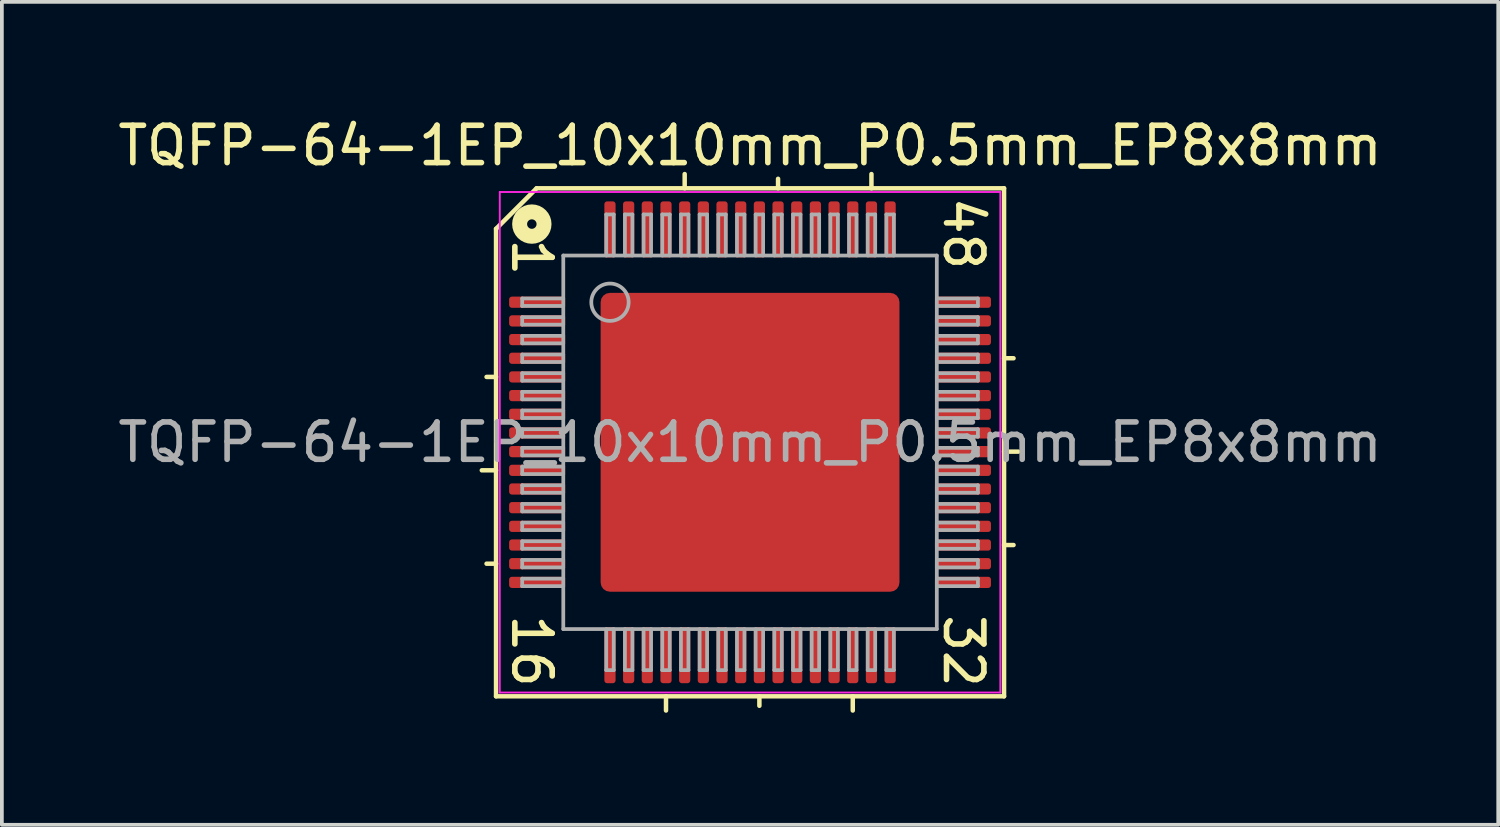
<source format=kicad_pcb>
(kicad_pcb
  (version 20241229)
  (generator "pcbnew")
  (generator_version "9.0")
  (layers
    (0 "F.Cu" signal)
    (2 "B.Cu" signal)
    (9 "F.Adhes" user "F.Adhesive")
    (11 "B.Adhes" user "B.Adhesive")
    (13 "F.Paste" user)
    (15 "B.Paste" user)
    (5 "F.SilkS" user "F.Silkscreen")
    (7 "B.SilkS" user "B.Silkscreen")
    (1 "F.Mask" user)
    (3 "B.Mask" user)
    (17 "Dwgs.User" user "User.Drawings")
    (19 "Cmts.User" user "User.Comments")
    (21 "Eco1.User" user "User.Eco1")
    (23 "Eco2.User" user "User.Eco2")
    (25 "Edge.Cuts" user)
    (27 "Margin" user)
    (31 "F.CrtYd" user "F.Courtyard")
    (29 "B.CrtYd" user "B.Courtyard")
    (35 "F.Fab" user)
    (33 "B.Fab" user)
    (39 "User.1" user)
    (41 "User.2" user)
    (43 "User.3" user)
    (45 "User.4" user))
  (footprint "TQFP-64-1EP_10x10mm_P0.5mm_EP8x8mm"
    (layer "F.Cu")
    (at 17.03 8.791)
    (property "Reference" "TQFP-64-1EP_10x10mm_P0.5mm_EP8x8mm" (at 0 -7.943 0) (layer "F.SilkS") (effects (font (size 1 1) (thickness 0.15))))
    (attr smd)
    (fp_line (start -6.8 -5.715) (end -6.8 6.8) (stroke (width 0.12) (type solid)) (layer "F.SilkS"))
    (fp_line (start -6.8 -1.75) (end -7.054 -1.75) (stroke (width 0.12) (type solid)) (layer "F.SilkS"))
    (fp_line (start -6.8 0.75) (end -7.181 0.75) (stroke (width 0.12) (type solid)) (layer "F.SilkS"))
    (fp_line (start -6.8 3.25) (end -7.054 3.25) (stroke (width 0.12) (type solid)) (layer "F.SilkS"))
    (fp_line (start -6.8 6.8) (end 6.8 6.8) (stroke (width 0.12) (type solid)) (layer "F.SilkS"))
    (fp_line (start -5.715 -6.8) (end -6.8 -5.715) (stroke (width 0.12) (type solid)) (layer "F.SilkS"))
    (fp_line (start -2.25 6.8) (end -2.25 7.181) (stroke (width 0.12) (type solid)) (layer "F.SilkS"))
    (fp_line (start -1.75 -6.8) (end -1.75 -7.181) (stroke (width 0.12) (type solid)) (layer "F.SilkS"))
    (fp_line (start 0.25 6.8) (end 0.25 7.054) (stroke (width 0.12) (type solid)) (layer "F.SilkS"))
    (fp_line (start 0.75 -6.8) (end 0.75 -7.054) (stroke (width 0.12) (type solid)) (layer "F.SilkS"))
    (fp_line (start 2.75 7.181) (end 2.75 6.8) (stroke (width 0.12) (type solid)) (layer "F.SilkS"))
    (fp_line (start 3.25 -6.8) (end 3.25 -7.181) (stroke (width 0.12) (type solid)) (layer "F.SilkS"))
    (fp_line (start 6.8 -6.8) (end -5.715 -6.8) (stroke (width 0.12) (type solid)) (layer "F.SilkS"))
    (fp_line (start 6.8 -2.25) (end 7.054 -2.25) (stroke (width 0.12) (type solid)) (layer "F.SilkS"))
    (fp_line (start 6.8 0.25) (end 7.181 0.25) (stroke (width 0.12) (type solid)) (layer "F.SilkS"))
    (fp_line (start 6.8 2.75) (end 7.054 2.75) (stroke (width 0.12) (type solid)) (layer "F.SilkS"))
    (fp_line (start 6.8 6.8) (end 6.8 -6.8) (stroke (width 0.12) (type solid)) (layer "F.SilkS"))
    (fp_circle (center -5.842 -5.842) (end -5.715 -5.842) (stroke (width 0.4) (type solid)) (fill no) (layer "F.SilkS"))
    (fp_line (start -6.7 -6.7) (end -6.7 6.7) (stroke (width 0.05) (type solid)) (layer "F.CrtYd"))
    (fp_line (start -6.7 -6.7) (end 6.7 -6.7) (stroke (width 0.05) (type solid)) (layer "F.CrtYd"))
    (fp_line (start -6.7 6.7) (end 6.7 6.7) (stroke (width 0.05) (type solid)) (layer "F.CrtYd"))
    (fp_line (start 6.7 -6.7) (end 6.7 6.7) (stroke (width 0.05) (type solid)) (layer "F.CrtYd"))
    (fp_line (start -6.1 -3.85) (end -6.1 -3.65) (stroke (width 0.1) (type solid)) (layer "F.Fab"))
    (fp_line (start -6.1 -3.85) (end -5 -3.85) (stroke (width 0.1) (type solid)) (layer "F.Fab"))
    (fp_line (start -6.1 -3.65) (end -5 -3.65) (stroke (width 0.1) (type solid)) (layer "F.Fab"))
    (fp_line (start -6.1 -3.35) (end -6.1 -3.15) (stroke (width 0.1) (type solid)) (layer "F.Fab"))
    (fp_line (start -6.1 -3.35) (end -5 -3.35) (stroke (width 0.1) (type solid)) (layer "F.Fab"))
    (fp_line (start -6.1 -3.15) (end -5 -3.15) (stroke (width 0.1) (type solid)) (layer "F.Fab"))
    (fp_line (start -6.1 -2.85) (end -6.1 -2.65) (stroke (width 0.1) (type solid)) (layer "F.Fab"))
    (fp_line (start -6.1 -2.85) (end -5 -2.85) (stroke (width 0.1) (type solid)) (layer "F.Fab"))
    (fp_line (start -6.1 -2.65) (end -5 -2.65) (stroke (width 0.1) (type solid)) (layer "F.Fab"))
    (fp_line (start -6.1 -2.35) (end -6.1 -2.15) (stroke (width 0.1) (type solid)) (layer "F.Fab"))
    (fp_line (start -6.1 -2.35) (end -5 -2.35) (stroke (width 0.1) (type solid)) (layer "F.Fab"))
    (fp_line (start -6.1 -2.15) (end -5 -2.15) (stroke (width 0.1) (type solid)) (layer "F.Fab"))
    (fp_line (start -6.1 -1.85) (end -6.1 -1.65) (stroke (width 0.1) (type solid)) (layer "F.Fab"))
    (fp_line (start -6.1 -1.85) (end -5 -1.85) (stroke (width 0.1) (type solid)) (layer "F.Fab"))
    (fp_line (start -6.1 -1.65) (end -5 -1.65) (stroke (width 0.1) (type solid)) (layer "F.Fab"))
    (fp_line (start -6.1 -1.35) (end -6.1 -1.15) (stroke (width 0.1) (type solid)) (layer "F.Fab"))
    (fp_line (start -6.1 -1.35) (end -5 -1.35) (stroke (width 0.1) (type solid)) (layer "F.Fab"))
    (fp_line (start -6.1 -1.15) (end -5 -1.15) (stroke (width 0.1) (type solid)) (layer "F.Fab"))
    (fp_line (start -6.1 -0.85) (end -6.1 -0.65) (stroke (width 0.1) (type solid)) (layer "F.Fab"))
    (fp_line (start -6.1 -0.85) (end -5 -0.85) (stroke (width 0.1) (type solid)) (layer "F.Fab"))
    (fp_line (start -6.1 -0.65) (end -5 -0.65) (stroke (width 0.1) (type solid)) (layer "F.Fab"))
    (fp_line (start -6.1 -0.35) (end -6.1 -0.15) (stroke (width 0.1) (type solid)) (layer "F.Fab"))
    (fp_line (start -6.1 -0.35) (end -5 -0.35) (stroke (width 0.1) (type solid)) (layer "F.Fab"))
    (fp_line (start -6.1 -0.15) (end -5 -0.15) (stroke (width 0.1) (type solid)) (layer "F.Fab"))
    (fp_line (start -6.1 0.15) (end -6.1 0.35) (stroke (width 0.1) (type solid)) (layer "F.Fab"))
    (fp_line (start -6.1 0.15) (end -5 0.15) (stroke (width 0.1) (type solid)) (layer "F.Fab"))
    (fp_line (start -6.1 0.35) (end -5 0.35) (stroke (width 0.1) (type solid)) (layer "F.Fab"))
    (fp_line (start -6.1 0.65) (end -6.1 0.85) (stroke (width 0.1) (type solid)) (layer "F.Fab"))
    (fp_line (start -6.1 0.65) (end -5 0.65) (stroke (width 0.1) (type solid)) (layer "F.Fab"))
    (fp_line (start -6.1 0.85) (end -5 0.85) (stroke (width 0.1) (type solid)) (layer "F.Fab"))
    (fp_line (start -6.1 1.15) (end -6.1 1.35) (stroke (width 0.1) (type solid)) (layer "F.Fab"))
    (fp_line (start -6.1 1.15) (end -5 1.15) (stroke (width 0.1) (type solid)) (layer "F.Fab"))
    (fp_line (start -6.1 1.35) (end -5 1.35) (stroke (width 0.1) (type solid)) (layer "F.Fab"))
    (fp_line (start -6.1 1.65) (end -6.1 1.85) (stroke (width 0.1) (type solid)) (layer "F.Fab"))
    (fp_line (start -6.1 1.65) (end -5 1.65) (stroke (width 0.1) (type solid)) (layer "F.Fab"))
    (fp_line (start -6.1 1.85) (end -5 1.85) (stroke (width 0.1) (type solid)) (layer "F.Fab"))
    (fp_line (start -6.1 2.15) (end -6.1 2.35) (stroke (width 0.1) (type solid)) (layer "F.Fab"))
    (fp_line (start -6.1 2.15) (end -5 2.15) (stroke (width 0.1) (type solid)) (layer "F.Fab"))
    (fp_line (start -6.1 2.35) (end -5 2.35) (stroke (width 0.1) (type solid)) (layer "F.Fab"))
    (fp_line (start -6.1 2.65) (end -6.1 2.85) (stroke (width 0.1) (type solid)) (layer "F.Fab"))
    (fp_line (start -6.1 2.65) (end -5 2.65) (stroke (width 0.1) (type solid)) (layer "F.Fab"))
    (fp_line (start -6.1 2.85) (end -5 2.85) (stroke (width 0.1) (type solid)) (layer "F.Fab"))
    (fp_line (start -6.1 3.15) (end -6.1 3.35) (stroke (width 0.1) (type solid)) (layer "F.Fab"))
    (fp_line (start -6.1 3.15) (end -5 3.15) (stroke (width 0.1) (type solid)) (layer "F.Fab"))
    (fp_line (start -6.1 3.35) (end -5 3.35) (stroke (width 0.1) (type solid)) (layer "F.Fab"))
    (fp_line (start -6.1 3.65) (end -6.1 3.85) (stroke (width 0.1) (type solid)) (layer "F.Fab"))
    (fp_line (start -6.1 3.65) (end -5 3.65) (stroke (width 0.1) (type solid)) (layer "F.Fab"))
    (fp_line (start -6.1 3.85) (end -5 3.85) (stroke (width 0.1) (type solid)) (layer "F.Fab"))
    (fp_line (start -5 -5) (end 5 -5) (stroke (width 0.1) (type solid)) (layer "F.Fab"))
    (fp_line (start -5 5) (end -5 -5) (stroke (width 0.1) (type solid)) (layer "F.Fab"))
    (fp_line (start -3.85 -6.1) (end -3.85 -5) (stroke (width 0.1) (type solid)) (layer "F.Fab"))
    (fp_line (start -3.85 6.1) (end -3.85 5) (stroke (width 0.1) (type solid)) (layer "F.Fab"))
    (fp_line (start -3.85 6.1) (end -3.65 6.1) (stroke (width 0.1) (type solid)) (layer "F.Fab"))
    (fp_line (start -3.65 -6.1) (end -3.85 -6.1) (stroke (width 0.1) (type solid)) (layer "F.Fab"))
    (fp_line (start -3.65 -6.1) (end -3.65 -5) (stroke (width 0.1) (type solid)) (layer "F.Fab"))
    (fp_line (start -3.65 6.1) (end -3.65 5) (stroke (width 0.1) (type solid)) (layer "F.Fab"))
    (fp_line (start -3.35 -6.1) (end -3.35 -5) (stroke (width 0.1) (type solid)) (layer "F.Fab"))
    (fp_line (start -3.35 6.1) (end -3.35 5) (stroke (width 0.1) (type solid)) (layer "F.Fab"))
    (fp_line (start -3.35 6.1) (end -3.15 6.1) (stroke (width 0.1) (type solid)) (layer "F.Fab"))
    (fp_line (start -3.15 -6.1) (end -3.35 -6.1) (stroke (width 0.1) (type solid)) (layer "F.Fab"))
    (fp_line (start -3.15 -6.1) (end -3.15 -5) (stroke (width 0.1) (type solid)) (layer "F.Fab"))
    (fp_line (start -3.15 6.1) (end -3.15 5) (stroke (width 0.1) (type solid)) (layer "F.Fab"))
    (fp_line (start -2.85 -6.1) (end -2.85 -5) (stroke (width 0.1) (type solid)) (layer "F.Fab"))
    (fp_line (start -2.85 6.1) (end -2.85 5) (stroke (width 0.1) (type solid)) (layer "F.Fab"))
    (fp_line (start -2.85 6.1) (end -2.65 6.1) (stroke (width 0.1) (type solid)) (layer "F.Fab"))
    (fp_line (start -2.65 -6.1) (end -2.85 -6.1) (stroke (width 0.1) (type solid)) (layer "F.Fab"))
    (fp_line (start -2.65 -6.1) (end -2.65 -5) (stroke (width 0.1) (type solid)) (layer "F.Fab"))
    (fp_line (start -2.65 6.1) (end -2.65 5) (stroke (width 0.1) (type solid)) (layer "F.Fab"))
    (fp_line (start -2.35 -6.1) (end -2.35 -5) (stroke (width 0.1) (type solid)) (layer "F.Fab"))
    (fp_line (start -2.35 6.1) (end -2.35 5) (stroke (width 0.1) (type solid)) (layer "F.Fab"))
    (fp_line (start -2.35 6.1) (end -2.15 6.1) (stroke (width 0.1) (type solid)) (layer "F.Fab"))
    (fp_line (start -2.15 -6.1) (end -2.35 -6.1) (stroke (width 0.1) (type solid)) (layer "F.Fab"))
    (fp_line (start -2.15 -6.1) (end -2.15 -5) (stroke (width 0.1) (type solid)) (layer "F.Fab"))
    (fp_line (start -2.15 6.1) (end -2.15 5) (stroke (width 0.1) (type solid)) (layer "F.Fab"))
    (fp_line (start -1.85 -6.1) (end -1.85 -5) (stroke (width 0.1) (type solid)) (layer "F.Fab"))
    (fp_line (start -1.85 6.1) (end -1.85 5) (stroke (width 0.1) (type solid)) (layer "F.Fab"))
    (fp_line (start -1.85 6.1) (end -1.65 6.1) (stroke (width 0.1) (type solid)) (layer "F.Fab"))
    (fp_line (start -1.65 -6.1) (end -1.85 -6.1) (stroke (width 0.1) (type solid)) (layer "F.Fab"))
    (fp_line (start -1.65 -6.1) (end -1.65 -5) (stroke (width 0.1) (type solid)) (layer "F.Fab"))
    (fp_line (start -1.65 6.1) (end -1.65 5) (stroke (width 0.1) (type solid)) (layer "F.Fab"))
    (fp_line (start -1.35 -6.1) (end -1.35 -5) (stroke (width 0.1) (type solid)) (layer "F.Fab"))
    (fp_line (start -1.35 6.1) (end -1.35 5) (stroke (width 0.1) (type solid)) (layer "F.Fab"))
    (fp_line (start -1.35 6.1) (end -1.15 6.1) (stroke (width 0.1) (type solid)) (layer "F.Fab"))
    (fp_line (start -1.15 -6.1) (end -1.35 -6.1) (stroke (width 0.1) (type solid)) (layer "F.Fab"))
    (fp_line (start -1.15 -6.1) (end -1.15 -5) (stroke (width 0.1) (type solid)) (layer "F.Fab"))
    (fp_line (start -1.15 6.1) (end -1.15 5) (stroke (width 0.1) (type solid)) (layer "F.Fab"))
    (fp_line (start -0.85 -6.1) (end -0.85 -5) (stroke (width 0.1) (type solid)) (layer "F.Fab"))
    (fp_line (start -0.85 6.1) (end -0.85 5) (stroke (width 0.1) (type solid)) (layer "F.Fab"))
    (fp_line (start -0.85 6.1) (end -0.65 6.1) (stroke (width 0.1) (type solid)) (layer "F.Fab"))
    (fp_line (start -0.65 -6.1) (end -0.85 -6.1) (stroke (width 0.1) (type solid)) (layer "F.Fab"))
    (fp_line (start -0.65 -6.1) (end -0.65 -5) (stroke (width 0.1) (type solid)) (layer "F.Fab"))
    (fp_line (start -0.65 6.1) (end -0.65 5) (stroke (width 0.1) (type solid)) (layer "F.Fab"))
    (fp_line (start -0.35 -6.1) (end -0.35 -5) (stroke (width 0.1) (type solid)) (layer "F.Fab"))
    (fp_line (start -0.35 6.1) (end -0.35 5) (stroke (width 0.1) (type solid)) (layer "F.Fab"))
    (fp_line (start -0.35 6.1) (end -0.15 6.1) (stroke (width 0.1) (type solid)) (layer "F.Fab"))
    (fp_line (start -0.15 -6.1) (end -0.35 -6.1) (stroke (width 0.1) (type solid)) (layer "F.Fab"))
    (fp_line (start -0.15 -6.1) (end -0.15 -5) (stroke (width 0.1) (type solid)) (layer "F.Fab"))
    (fp_line (start -0.15 6.1) (end -0.15 5) (stroke (width 0.1) (type solid)) (layer "F.Fab"))
    (fp_line (start 0.15 -6.1) (end 0.15 -5) (stroke (width 0.1) (type solid)) (layer "F.Fab"))
    (fp_line (start 0.15 6.1) (end 0.15 5) (stroke (width 0.1) (type solid)) (layer "F.Fab"))
    (fp_line (start 0.15 6.1) (end 0.35 6.1) (stroke (width 0.1) (type solid)) (layer "F.Fab"))
    (fp_line (start 0.35 -6.1) (end 0.15 -6.1) (stroke (width 0.1) (type solid)) (layer "F.Fab"))
    (fp_line (start 0.35 -6.1) (end 0.35 -5) (stroke (width 0.1) (type solid)) (layer "F.Fab"))
    (fp_line (start 0.35 6.1) (end 0.35 5) (stroke (width 0.1) (type solid)) (layer "F.Fab"))
    (fp_line (start 0.65 -6.1) (end 0.65 -5) (stroke (width 0.1) (type solid)) (layer "F.Fab"))
    (fp_line (start 0.65 6.1) (end 0.65 5) (stroke (width 0.1) (type solid)) (layer "F.Fab"))
    (fp_line (start 0.65 6.1) (end 0.85 6.1) (stroke (width 0.1) (type solid)) (layer "F.Fab"))
    (fp_line (start 0.85 -6.1) (end 0.65 -6.1) (stroke (width 0.1) (type solid)) (layer "F.Fab"))
    (fp_line (start 0.85 -6.1) (end 0.85 -5) (stroke (width 0.1) (type solid)) (layer "F.Fab"))
    (fp_line (start 0.85 6.1) (end 0.85 5) (stroke (width 0.1) (type solid)) (layer "F.Fab"))
    (fp_line (start 1.15 -6.1) (end 1.15 -5) (stroke (width 0.1) (type solid)) (layer "F.Fab"))
    (fp_line (start 1.15 6.1) (end 1.15 5) (stroke (width 0.1) (type solid)) (layer "F.Fab"))
    (fp_line (start 1.15 6.1) (end 1.35 6.1) (stroke (width 0.1) (type solid)) (layer "F.Fab"))
    (fp_line (start 1.35 -6.1) (end 1.15 -6.1) (stroke (width 0.1) (type solid)) (layer "F.Fab"))
    (fp_line (start 1.35 -6.1) (end 1.35 -5) (stroke (width 0.1) (type solid)) (layer "F.Fab"))
    (fp_line (start 1.35 6.1) (end 1.35 5) (stroke (width 0.1) (type solid)) (layer "F.Fab"))
    (fp_line (start 1.65 -6.1) (end 1.65 -5) (stroke (width 0.1) (type solid)) (layer "F.Fab"))
    (fp_line (start 1.65 6.1) (end 1.65 5) (stroke (width 0.1) (type solid)) (layer "F.Fab"))
    (fp_line (start 1.65 6.1) (end 1.85 6.1) (stroke (width 0.1) (type solid)) (layer "F.Fab"))
    (fp_line (start 1.85 -6.1) (end 1.65 -6.1) (stroke (width 0.1) (type solid)) (layer "F.Fab"))
    (fp_line (start 1.85 -6.1) (end 1.85 -5) (stroke (width 0.1) (type solid)) (layer "F.Fab"))
    (fp_line (start 1.85 6.1) (end 1.85 5) (stroke (width 0.1) (type solid)) (layer "F.Fab"))
    (fp_line (start 2.15 -6.1) (end 2.15 -5) (stroke (width 0.1) (type solid)) (layer "F.Fab"))
    (fp_line (start 2.15 6.1) (end 2.15 5) (stroke (width 0.1) (type solid)) (layer "F.Fab"))
    (fp_line (start 2.15 6.1) (end 2.35 6.1) (stroke (width 0.1) (type solid)) (layer "F.Fab"))
    (fp_line (start 2.35 -6.1) (end 2.15 -6.1) (stroke (width 0.1) (type solid)) (layer "F.Fab"))
    (fp_line (start 2.35 -6.1) (end 2.35 -5) (stroke (width 0.1) (type solid)) (layer "F.Fab"))
    (fp_line (start 2.35 6.1) (end 2.35 5) (stroke (width 0.1) (type solid)) (layer "F.Fab"))
    (fp_line (start 2.65 -6.1) (end 2.65 -5) (stroke (width 0.1) (type solid)) (layer "F.Fab"))
    (fp_line (start 2.65 6.1) (end 2.65 5) (stroke (width 0.1) (type solid)) (layer "F.Fab"))
    (fp_line (start 2.65 6.1) (end 2.85 6.1) (stroke (width 0.1) (type solid)) (layer "F.Fab"))
    (fp_line (start 2.85 -6.1) (end 2.65 -6.1) (stroke (width 0.1) (type solid)) (layer "F.Fab"))
    (fp_line (start 2.85 -6.1) (end 2.85 -5) (stroke (width 0.1) (type solid)) (layer "F.Fab"))
    (fp_line (start 2.85 6.1) (end 2.85 5) (stroke (width 0.1) (type solid)) (layer "F.Fab"))
    (fp_line (start 3.15 -6.1) (end 3.15 -5) (stroke (width 0.1) (type solid)) (layer "F.Fab"))
    (fp_line (start 3.15 6.1) (end 3.15 5) (stroke (width 0.1) (type solid)) (layer "F.Fab"))
    (fp_line (start 3.15 6.1) (end 3.35 6.1) (stroke (width 0.1) (type solid)) (layer "F.Fab"))
    (fp_line (start 3.35 -6.1) (end 3.15 -6.1) (stroke (width 0.1) (type solid)) (layer "F.Fab"))
    (fp_line (start 3.35 -6.1) (end 3.35 -5) (stroke (width 0.1) (type solid)) (layer "F.Fab"))
    (fp_line (start 3.35 6.1) (end 3.35 5) (stroke (width 0.1) (type solid)) (layer "F.Fab"))
    (fp_line (start 3.65 -6.1) (end 3.65 -5) (stroke (width 0.1) (type solid)) (layer "F.Fab"))
    (fp_line (start 3.65 6.1) (end 3.65 5) (stroke (width 0.1) (type solid)) (layer "F.Fab"))
    (fp_line (start 3.65 6.1) (end 3.85 6.1) (stroke (width 0.1) (type solid)) (layer "F.Fab"))
    (fp_line (start 3.85 -6.1) (end 3.65 -6.1) (stroke (width 0.1) (type solid)) (layer "F.Fab"))
    (fp_line (start 3.85 -6.1) (end 3.85 -5) (stroke (width 0.1) (type solid)) (layer "F.Fab"))
    (fp_line (start 3.85 6.1) (end 3.85 5) (stroke (width 0.1) (type solid)) (layer "F.Fab"))
    (fp_line (start 5 -5) (end 5 5) (stroke (width 0.1) (type solid)) (layer "F.Fab"))
    (fp_line (start 5 5) (end -5 5) (stroke (width 0.1) (type solid)) (layer "F.Fab"))
    (fp_line (start 6.1 -3.85) (end 5 -3.85) (stroke (width 0.1) (type solid)) (layer "F.Fab"))
    (fp_line (start 6.1 -3.65) (end 5 -3.65) (stroke (width 0.1) (type solid)) (layer "F.Fab"))
    (fp_line (start 6.1 -3.65) (end 6.1 -3.85) (stroke (width 0.1) (type solid)) (layer "F.Fab"))
    (fp_line (start 6.1 -3.35) (end 5 -3.35) (stroke (width 0.1) (type solid)) (layer "F.Fab"))
    (fp_line (start 6.1 -3.15) (end 5 -3.15) (stroke (width 0.1) (type solid)) (layer "F.Fab"))
    (fp_line (start 6.1 -3.15) (end 6.1 -3.35) (stroke (width 0.1) (type solid)) (layer "F.Fab"))
    (fp_line (start 6.1 -2.85) (end 5 -2.85) (stroke (width 0.1) (type solid)) (layer "F.Fab"))
    (fp_line (start 6.1 -2.65) (end 5 -2.65) (stroke (width 0.1) (type solid)) (layer "F.Fab"))
    (fp_line (start 6.1 -2.65) (end 6.1 -2.85) (stroke (width 0.1) (type solid)) (layer "F.Fab"))
    (fp_line (start 6.1 -2.35) (end 5 -2.35) (stroke (width 0.1) (type solid)) (layer "F.Fab"))
    (fp_line (start 6.1 -2.15) (end 5 -2.15) (stroke (width 0.1) (type solid)) (layer "F.Fab"))
    (fp_line (start 6.1 -2.15) (end 6.1 -2.35) (stroke (width 0.1) (type solid)) (layer "F.Fab"))
    (fp_line (start 6.1 -1.85) (end 5 -1.85) (stroke (width 0.1) (type solid)) (layer "F.Fab"))
    (fp_line (start 6.1 -1.65) (end 5 -1.65) (stroke (width 0.1) (type solid)) (layer "F.Fab"))
    (fp_line (start 6.1 -1.65) (end 6.1 -1.85) (stroke (width 0.1) (type solid)) (layer "F.Fab"))
    (fp_line (start 6.1 -1.35) (end 5 -1.35) (stroke (width 0.1) (type solid)) (layer "F.Fab"))
    (fp_line (start 6.1 -1.15) (end 5 -1.15) (stroke (width 0.1) (type solid)) (layer "F.Fab"))
    (fp_line (start 6.1 -1.15) (end 6.1 -1.35) (stroke (width 0.1) (type solid)) (layer "F.Fab"))
    (fp_line (start 6.1 -0.85) (end 5 -0.85) (stroke (width 0.1) (type solid)) (layer "F.Fab"))
    (fp_line (start 6.1 -0.65) (end 5 -0.65) (stroke (width 0.1) (type solid)) (layer "F.Fab"))
    (fp_line (start 6.1 -0.65) (end 6.1 -0.85) (stroke (width 0.1) (type solid)) (layer "F.Fab"))
    (fp_line (start 6.1 -0.35) (end 5 -0.35) (stroke (width 0.1) (type solid)) (layer "F.Fab"))
    (fp_line (start 6.1 -0.15) (end 5 -0.15) (stroke (width 0.1) (type solid)) (layer "F.Fab"))
    (fp_line (start 6.1 -0.15) (end 6.1 -0.35) (stroke (width 0.1) (type solid)) (layer "F.Fab"))
    (fp_line (start 6.1 0.15) (end 5 0.15) (stroke (width 0.1) (type solid)) (layer "F.Fab"))
    (fp_line (start 6.1 0.35) (end 5 0.35) (stroke (width 0.1) (type solid)) (layer "F.Fab"))
    (fp_line (start 6.1 0.35) (end 6.1 0.15) (stroke (width 0.1) (type solid)) (layer "F.Fab"))
    (fp_line (start 6.1 0.65) (end 5 0.65) (stroke (width 0.1) (type solid)) (layer "F.Fab"))
    (fp_line (start 6.1 0.85) (end 5 0.85) (stroke (width 0.1) (type solid)) (layer "F.Fab"))
    (fp_line (start 6.1 0.85) (end 6.1 0.65) (stroke (width 0.1) (type solid)) (layer "F.Fab"))
    (fp_line (start 6.1 1.15) (end 5 1.15) (stroke (width 0.1) (type solid)) (layer "F.Fab"))
    (fp_line (start 6.1 1.35) (end 5 1.35) (stroke (width 0.1) (type solid)) (layer "F.Fab"))
    (fp_line (start 6.1 1.35) (end 6.1 1.15) (stroke (width 0.1) (type solid)) (layer "F.Fab"))
    (fp_line (start 6.1 1.65) (end 5 1.65) (stroke (width 0.1) (type solid)) (layer "F.Fab"))
    (fp_line (start 6.1 1.85) (end 5 1.85) (stroke (width 0.1) (type solid)) (layer "F.Fab"))
    (fp_line (start 6.1 1.85) (end 6.1 1.65) (stroke (width 0.1) (type solid)) (layer "F.Fab"))
    (fp_line (start 6.1 2.15) (end 5 2.15) (stroke (width 0.1) (type solid)) (layer "F.Fab"))
    (fp_line (start 6.1 2.35) (end 5 2.35) (stroke (width 0.1) (type solid)) (layer "F.Fab"))
    (fp_line (start 6.1 2.35) (end 6.1 2.15) (stroke (width 0.1) (type solid)) (layer "F.Fab"))
    (fp_line (start 6.1 2.65) (end 5 2.65) (stroke (width 0.1) (type solid)) (layer "F.Fab"))
    (fp_line (start 6.1 2.85) (end 5 2.85) (stroke (width 0.1) (type solid)) (layer "F.Fab"))
    (fp_line (start 6.1 2.85) (end 6.1 2.65) (stroke (width 0.1) (type solid)) (layer "F.Fab"))
    (fp_line (start 6.1 3.15) (end 5 3.15) (stroke (width 0.1) (type solid)) (layer "F.Fab"))
    (fp_line (start 6.1 3.35) (end 5 3.35) (stroke (width 0.1) (type solid)) (layer "F.Fab"))
    (fp_line (start 6.1 3.35) (end 6.1 3.15) (stroke (width 0.1) (type solid)) (layer "F.Fab"))
    (fp_line (start 6.1 3.65) (end 5 3.65) (stroke (width 0.1) (type solid)) (layer "F.Fab"))
    (fp_line (start 6.1 3.85) (end 5 3.85) (stroke (width 0.1) (type solid)) (layer "F.Fab"))
    (fp_line (start 6.1 3.85) (end 6.1 3.65) (stroke (width 0.1) (type solid)) (layer "F.Fab"))
    (fp_circle (center -3.75 -3.75) (end -3.25 -3.75) (stroke (width 0.1) (type solid)) (fill no) (layer "F.Fab"))
    (fp_text user "48" (at 5.715 -5.588 270) (unlocked yes) (layer "F.SilkS") (effects (font (size 1 1) (thickness 0.15))))
    (fp_text user "16" (at -5.842 5.588 270) (unlocked yes) (layer "F.SilkS") (effects (font (size 1 1) (thickness 0.15))))
    (fp_text user "1" (at -5.842 -4.953 270) (unlocked yes) (layer "F.SilkS") (effects (font (size 1 1) (thickness 0.15))))
    (fp_text user "32" (at 5.715 5.588 270) (unlocked yes) (layer "F.SilkS") (effects (font (size 1 1) (thickness 0.15))))
    (fp_text user "${REFERENCE}" (at 0 0 0) (layer "F.Fab") (effects (font (size 1 1) (thickness 0.15))))
    (pad "" smd roundrect (at -3.2 -3.2) (size 1.24 1.24) (layers "F.Paste") (roundrect_rratio 0.202))
    (pad "" smd roundrect (at -3.2 -1.6) (size 1.24 1.24) (layers "F.Paste") (roundrect_rratio 0.202))
    (pad "" smd roundrect (at -3.2 0) (size 1.24 1.24) (layers "F.Paste") (roundrect_rratio 0.202))
    (pad "" smd roundrect (at -3.2 1.6) (size 1.24 1.24) (layers "F.Paste") (roundrect_rratio 0.202))
    (pad "" smd roundrect (at -3.2 3.2) (size 1.24 1.24) (layers "F.Paste") (roundrect_rratio 0.202))
    (pad "" smd roundrect (at -1.6 -3.2) (size 1.24 1.24) (layers "F.Paste") (roundrect_rratio 0.202))
    (pad "" smd roundrect (at -1.6 -1.6) (size 1.24 1.24) (layers "F.Paste") (roundrect_rratio 0.202))
    (pad "" smd roundrect (at -1.6 0) (size 1.24 1.24) (layers "F.Paste") (roundrect_rratio 0.202))
    (pad "" smd roundrect (at -1.6 1.6) (size 1.24 1.24) (layers "F.Paste") (roundrect_rratio 0.202))
    (pad "" smd roundrect (at -1.6 3.2) (size 1.24 1.24) (layers "F.Paste") (roundrect_rratio 0.202))
    (pad "" smd roundrect (at 0 -3.2) (size 1.24 1.24) (layers "F.Paste") (roundrect_rratio 0.202))
    (pad "" smd roundrect (at 0 -1.6) (size 1.24 1.24) (layers "F.Paste") (roundrect_rratio 0.202))
    (pad "" smd roundrect (at 0 0) (size 1.24 1.24) (layers "F.Paste") (roundrect_rratio 0.202))
    (pad "" smd roundrect (at 0 1.6) (size 1.24 1.24) (layers "F.Paste") (roundrect_rratio 0.202))
    (pad "" smd roundrect (at 0 3.2) (size 1.24 1.24) (layers "F.Paste") (roundrect_rratio 0.202))
    (pad "" smd roundrect (at 1.6 -3.2) (size 1.24 1.24) (layers "F.Paste") (roundrect_rratio 0.202))
    (pad "" smd roundrect (at 1.6 -1.6) (size 1.24 1.24) (layers "F.Paste") (roundrect_rratio 0.202))
    (pad "" smd roundrect (at 1.6 0) (size 1.24 1.24) (layers "F.Paste") (roundrect_rratio 0.202))
    (pad "" smd roundrect (at 1.6 1.6) (size 1.24 1.24) (layers "F.Paste") (roundrect_rratio 0.202))
    (pad "" smd roundrect (at 1.6 3.2) (size 1.24 1.24) (layers "F.Paste") (roundrect_rratio 0.202))
    (pad "" smd roundrect (at 3.2 -3.2) (size 1.24 1.24) (layers "F.Paste") (roundrect_rratio 0.202))
    (pad "" smd roundrect (at 3.2 -1.6) (size 1.24 1.24) (layers "F.Paste") (roundrect_rratio 0.202))
    (pad "" smd roundrect (at 3.2 0) (size 1.24 1.24) (layers "F.Paste") (roundrect_rratio 0.202))
    (pad "" smd roundrect (at 3.2 1.6) (size 1.24 1.24) (layers "F.Paste") (roundrect_rratio 0.202))
    (pad "" smd roundrect (at 3.2 3.2) (size 1.24 1.24) (layers "F.Paste") (roundrect_rratio 0.202))
    (pad "1" smd roundrect (at -5.7 -3.75) (size 1.5 0.3) (layers "F.Cu" "F.Mask" "F.Paste") (roundrect_rratio 0.25))
    (pad "2" smd roundrect (at -5.7 -3.25) (size 1.5 0.3) (layers "F.Cu" "F.Mask" "F.Paste") (roundrect_rratio 0.25))
    (pad "3" smd roundrect (at -5.7 -2.75) (size 1.5 0.3) (layers "F.Cu" "F.Mask" "F.Paste") (roundrect_rratio 0.25))
    (pad "4" smd roundrect (at -5.7 -2.25) (size 1.5 0.3) (layers "F.Cu" "F.Mask" "F.Paste") (roundrect_rratio 0.25))
    (pad "5" smd roundrect (at -5.7 -1.75) (size 1.5 0.3) (layers "F.Cu" "F.Mask" "F.Paste") (roundrect_rratio 0.25))
    (pad "6" smd roundrect (at -5.7 -1.25) (size 1.5 0.3) (layers "F.Cu" "F.Mask" "F.Paste") (roundrect_rratio 0.25))
    (pad "7" smd roundrect (at -5.7 -0.75) (size 1.5 0.3) (layers "F.Cu" "F.Mask" "F.Paste") (roundrect_rratio 0.25))
    (pad "8" smd roundrect (at -5.7 -0.25) (size 1.5 0.3) (layers "F.Cu" "F.Mask" "F.Paste") (roundrect_rratio 0.25))
    (pad "9" smd roundrect (at -5.7 0.25) (size 1.5 0.3) (layers "F.Cu" "F.Mask" "F.Paste") (roundrect_rratio 0.25))
    (pad "10" smd roundrect (at -5.7 0.75) (size 1.5 0.3) (layers "F.Cu" "F.Mask" "F.Paste") (roundrect_rratio 0.25))
    (pad "11" smd roundrect (at -5.7 1.25) (size 1.5 0.3) (layers "F.Cu" "F.Mask" "F.Paste") (roundrect_rratio 0.25))
    (pad "12" smd roundrect (at -5.7 1.75) (size 1.5 0.3) (layers "F.Cu" "F.Mask" "F.Paste") (roundrect_rratio 0.25))
    (pad "13" smd roundrect (at -5.7 2.25) (size 1.5 0.3) (layers "F.Cu" "F.Mask" "F.Paste") (roundrect_rratio 0.25))
    (pad "14" smd roundrect (at -5.7 2.75) (size 1.5 0.3) (layers "F.Cu" "F.Mask" "F.Paste") (roundrect_rratio 0.25))
    (pad "15" smd roundrect (at -5.7 3.25) (size 1.5 0.3) (layers "F.Cu" "F.Mask" "F.Paste") (roundrect_rratio 0.25))
    (pad "16" smd roundrect (at -5.7 3.75) (size 1.5 0.3) (layers "F.Cu" "F.Mask" "F.Paste") (roundrect_rratio 0.25))
    (pad "17" smd roundrect (at -3.75 5.7 90) (size 1.5 0.3) (layers "F.Cu" "F.Mask" "F.Paste") (roundrect_rratio 0.25))
    (pad "18" smd roundrect (at -3.25 5.7 90) (size 1.5 0.3) (layers "F.Cu" "F.Mask" "F.Paste") (roundrect_rratio 0.25))
    (pad "19" smd roundrect (at -2.75 5.7 90) (size 1.5 0.3) (layers "F.Cu" "F.Mask" "F.Paste") (roundrect_rratio 0.25))
    (pad "20" smd roundrect (at -2.25 5.7 90) (size 1.5 0.3) (layers "F.Cu" "F.Mask" "F.Paste") (roundrect_rratio 0.25))
    (pad "21" smd roundrect (at -1.75 5.7 90) (size 1.5 0.3) (layers "F.Cu" "F.Mask" "F.Paste") (roundrect_rratio 0.25))
    (pad "22" smd roundrect (at -1.25 5.7 90) (size 1.5 0.3) (layers "F.Cu" "F.Mask" "F.Paste") (roundrect_rratio 0.25))
    (pad "23" smd roundrect (at -0.75 5.7 90) (size 1.5 0.3) (layers "F.Cu" "F.Mask" "F.Paste") (roundrect_rratio 0.25))
    (pad "24" smd roundrect (at -0.25 5.7 90) (size 1.5 0.3) (layers "F.Cu" "F.Mask" "F.Paste") (roundrect_rratio 0.25))
    (pad "25" smd roundrect (at 0.25 5.7 90) (size 1.5 0.3) (layers "F.Cu" "F.Mask" "F.Paste") (roundrect_rratio 0.25))
    (pad "26" smd roundrect (at 0.75 5.7 90) (size 1.5 0.3) (layers "F.Cu" "F.Mask" "F.Paste") (roundrect_rratio 0.25))
    (pad "27" smd roundrect (at 1.25 5.7 90) (size 1.5 0.3) (layers "F.Cu" "F.Mask" "F.Paste") (roundrect_rratio 0.25))
    (pad "28" smd roundrect (at 1.75 5.7 90) (size 1.5 0.3) (layers "F.Cu" "F.Mask" "F.Paste") (roundrect_rratio 0.25))
    (pad "29" smd roundrect (at 2.25 5.7 90) (size 1.5 0.3) (layers "F.Cu" "F.Mask" "F.Paste") (roundrect_rratio 0.25))
    (pad "30" smd roundrect (at 2.75 5.7 90) (size 1.5 0.3) (layers "F.Cu" "F.Mask" "F.Paste") (roundrect_rratio 0.25))
    (pad "31" smd roundrect (at 3.25 5.7 90) (size 1.5 0.3) (layers "F.Cu" "F.Mask" "F.Paste") (roundrect_rratio 0.25))
    (pad "32" smd roundrect (at 3.75 5.7 90) (size 1.5 0.3) (layers "F.Cu" "F.Mask" "F.Paste") (roundrect_rratio 0.25))
    (pad "33" smd roundrect (at 5.7 3.75) (size 1.5 0.3) (layers "F.Cu" "F.Mask" "F.Paste") (roundrect_rratio 0.25))
    (pad "34" smd roundrect (at 5.7 3.25) (size 1.5 0.3) (layers "F.Cu" "F.Mask" "F.Paste") (roundrect_rratio 0.25))
    (pad "35" smd roundrect (at 5.7 2.75) (size 1.5 0.3) (layers "F.Cu" "F.Mask" "F.Paste") (roundrect_rratio 0.25))
    (pad "36" smd roundrect (at 5.7 2.25) (size 1.5 0.3) (layers "F.Cu" "F.Mask" "F.Paste") (roundrect_rratio 0.25))
    (pad "37" smd roundrect (at 5.7 1.75) (size 1.5 0.3) (layers "F.Cu" "F.Mask" "F.Paste") (roundrect_rratio 0.25))
    (pad "38" smd roundrect (at 5.7 1.25) (size 1.5 0.3) (layers "F.Cu" "F.Mask" "F.Paste") (roundrect_rratio 0.25))
    (pad "39" smd roundrect (at 5.7 0.75) (size 1.5 0.3) (layers "F.Cu" "F.Mask" "F.Paste") (roundrect_rratio 0.25))
    (pad "40" smd roundrect (at 5.7 0.25) (size 1.5 0.3) (layers "F.Cu" "F.Mask" "F.Paste") (roundrect_rratio 0.25))
    (pad "41" smd roundrect (at 5.7 -0.25) (size 1.5 0.3) (layers "F.Cu" "F.Mask" "F.Paste") (roundrect_rratio 0.25))
    (pad "42" smd roundrect (at 5.7 -0.75) (size 1.5 0.3) (layers "F.Cu" "F.Mask" "F.Paste") (roundrect_rratio 0.25))
    (pad "43" smd roundrect (at 5.7 -1.25) (size 1.5 0.3) (layers "F.Cu" "F.Mask" "F.Paste") (roundrect_rratio 0.25))
    (pad "44" smd roundrect (at 5.7 -1.75) (size 1.5 0.3) (layers "F.Cu" "F.Mask" "F.Paste") (roundrect_rratio 0.25))
    (pad "45" smd roundrect (at 5.7 -2.25) (size 1.5 0.3) (layers "F.Cu" "F.Mask" "F.Paste") (roundrect_rratio 0.25))
    (pad "46" smd roundrect (at 5.7 -2.75) (size 1.5 0.3) (layers "F.Cu" "F.Mask" "F.Paste") (roundrect_rratio 0.25))
    (pad "47" smd roundrect (at 5.7 -3.25) (size 1.5 0.3) (layers "F.Cu" "F.Mask" "F.Paste") (roundrect_rratio 0.25))
    (pad "48" smd roundrect (at 5.7 -3.75) (size 1.5 0.3) (layers "F.Cu" "F.Mask" "F.Paste") (roundrect_rratio 0.25))
    (pad "49" smd roundrect (at 3.75 -5.7 90) (size 1.5 0.3) (layers "F.Cu" "F.Mask" "F.Paste") (roundrect_rratio 0.25))
    (pad "50" smd roundrect (at 3.25 -5.7 90) (size 1.5 0.3) (layers "F.Cu" "F.Mask" "F.Paste") (roundrect_rratio 0.25))
    (pad "51" smd roundrect (at 2.75 -5.7 90) (size 1.5 0.3) (layers "F.Cu" "F.Mask" "F.Paste") (roundrect_rratio 0.25))
    (pad "52" smd roundrect (at 2.25 -5.7 90) (size 1.5 0.3) (layers "F.Cu" "F.Mask" "F.Paste") (roundrect_rratio 0.25))
    (pad "53" smd roundrect (at 1.75 -5.7 90) (size 1.5 0.3) (layers "F.Cu" "F.Mask" "F.Paste") (roundrect_rratio 0.25))
    (pad "54" smd roundrect (at 1.25 -5.7 90) (size 1.5 0.3) (layers "F.Cu" "F.Mask" "F.Paste") (roundrect_rratio 0.25))
    (pad "55" smd roundrect (at 0.75 -5.7 90) (size 1.5 0.3) (layers "F.Cu" "F.Mask" "F.Paste") (roundrect_rratio 0.25))
    (pad "56" smd roundrect (at 0.25 -5.7 90) (size 1.5 0.3) (layers "F.Cu" "F.Mask" "F.Paste") (roundrect_rratio 0.25))
    (pad "57" smd roundrect (at -0.25 -5.7 90) (size 1.5 0.3) (layers "F.Cu" "F.Mask" "F.Paste") (roundrect_rratio 0.25))
    (pad "58" smd roundrect (at -0.75 -5.7 90) (size 1.5 0.3) (layers "F.Cu" "F.Mask" "F.Paste") (roundrect_rratio 0.25))
    (pad "59" smd roundrect (at -1.25 -5.7 90) (size 1.5 0.3) (layers "F.Cu" "F.Mask" "F.Paste") (roundrect_rratio 0.25))
    (pad "60" smd roundrect (at -1.75 -5.7 90) (size 1.5 0.3) (layers "F.Cu" "F.Mask" "F.Paste") (roundrect_rratio 0.25))
    (pad "61" smd roundrect (at -2.25 -5.7 90) (size 1.5 0.3) (layers "F.Cu" "F.Mask" "F.Paste") (roundrect_rratio 0.25))
    (pad "62" smd roundrect (at -2.75 -5.7 90) (size 1.5 0.3) (layers "F.Cu" "F.Mask" "F.Paste") (roundrect_rratio 0.25))
    (pad "63" smd roundrect (at -3.25 -5.7 90) (size 1.5 0.3) (layers "F.Cu" "F.Mask" "F.Paste") (roundrect_rratio 0.25))
    (pad "64" smd roundrect (at -3.75 -5.7 90) (size 1.5 0.3) (layers "F.Cu" "F.Mask" "F.Paste") (roundrect_rratio 0.25))
    (pad "65" smd roundrect (at 0 0) (size 8 8) (layers "F.Cu" "F.Mask") (roundrect_rratio 0.031)))
  (gr_rect
    (start -3 -3)
    (end 37.06 19.032)
    (stroke (width 0.1) (type default))
    (fill no)
    (layer "Edge.Cuts")))
</source>
